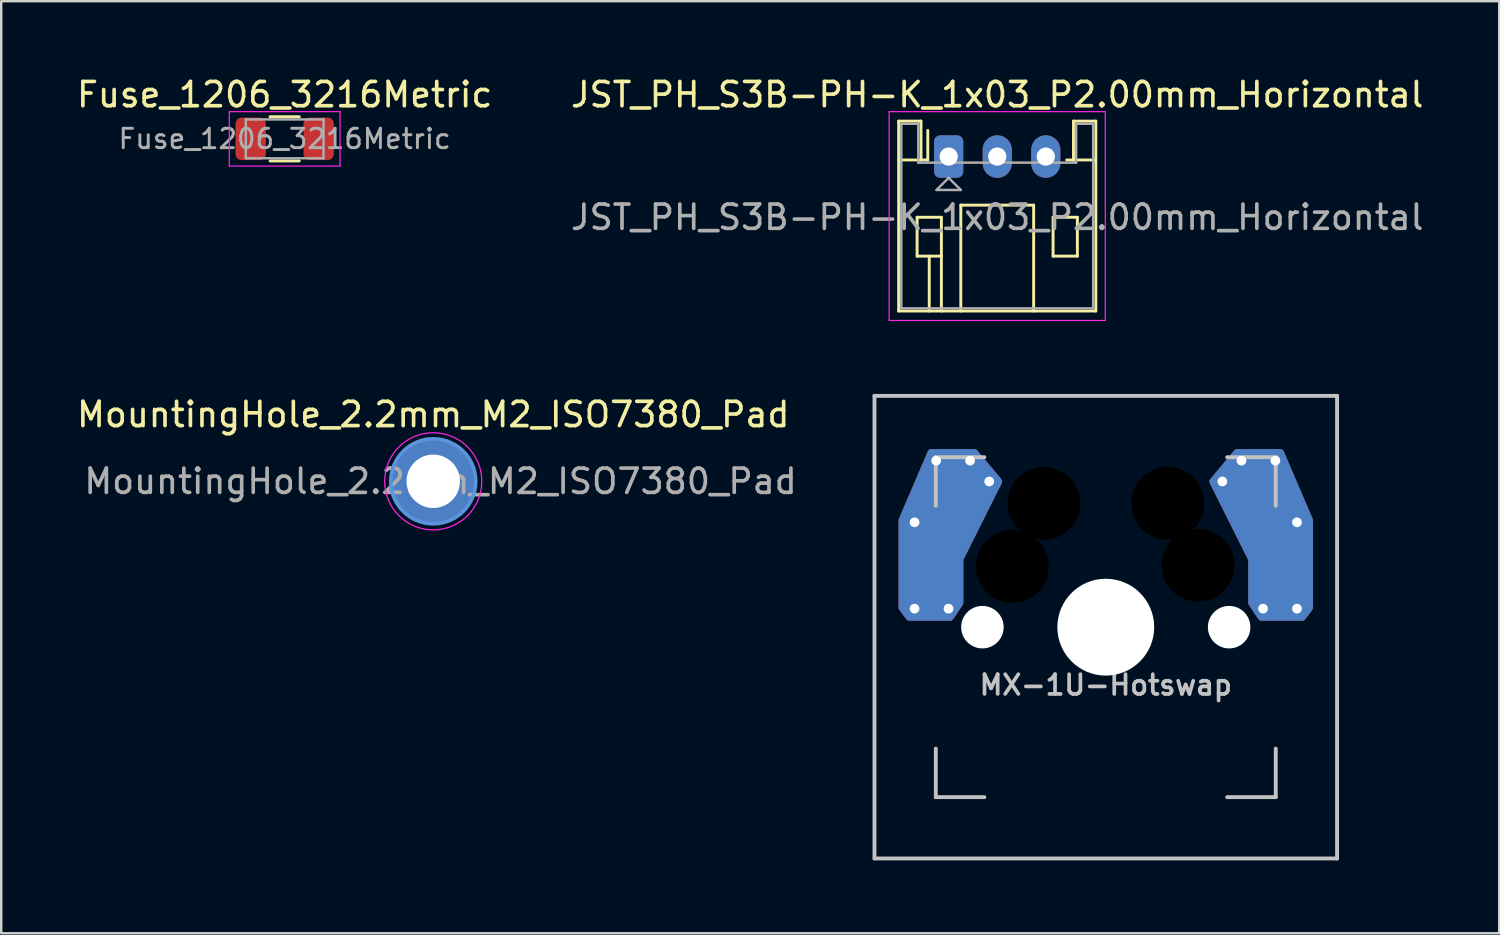
<source format=kicad_pcb>
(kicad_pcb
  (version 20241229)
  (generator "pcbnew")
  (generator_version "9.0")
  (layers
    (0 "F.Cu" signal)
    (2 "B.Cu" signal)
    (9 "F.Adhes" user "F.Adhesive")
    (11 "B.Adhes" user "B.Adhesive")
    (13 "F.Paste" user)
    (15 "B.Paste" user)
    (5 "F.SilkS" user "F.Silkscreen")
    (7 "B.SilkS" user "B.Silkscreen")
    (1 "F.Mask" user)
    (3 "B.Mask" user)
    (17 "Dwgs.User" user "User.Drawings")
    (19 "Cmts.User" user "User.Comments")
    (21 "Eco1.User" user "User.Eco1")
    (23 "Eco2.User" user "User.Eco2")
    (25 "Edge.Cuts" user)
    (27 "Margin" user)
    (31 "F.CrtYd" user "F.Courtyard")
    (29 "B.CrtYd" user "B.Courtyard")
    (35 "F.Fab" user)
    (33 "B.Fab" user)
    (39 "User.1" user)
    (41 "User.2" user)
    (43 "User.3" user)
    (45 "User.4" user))
  (footprint "MountingHole_2.2mm_M2_ISO7380_Pad"
    (layer "F.Cu")
    (at 14.792 16.771)
    (property "Reference" "MountingHole_2.2mm_M2_ISO7380_Pad" (at 0 -2.75 0) (layer "F.SilkS") (effects (font (size 1 1) (thickness 0.15))))
    (attr exclude_from_bom)
    (fp_circle (center 0 0) (end 1.75 0) (stroke (width 0.15) (type solid)) (fill no) (layer "Cmts.User"))
    (fp_circle (center 0 0) (end 2 0) (stroke (width 0.05) (type solid)) (fill no) (layer "F.CrtYd"))
    (fp_text user "${REFERENCE}" (at 0.3 0 0) (layer "F.Fab") (effects (font (size 1 1) (thickness 0.15))))
    (pad "1" thru_hole circle (at 0 0) (size 3.5 3.5) (drill 2.2) (layers "*.Cu" "*.Mask")))
  (footprint "MX-1U-Hotswap"
    (layer "F.Cu")
    (at 42.488 22.778)
    (property "Reference" "MX-1U-Hotswap" (at 0 2.381 0) (layer "Dwgs.User") (effects (font (size 0.813 0.813) (thickness 0.152))))
    (attr through_hole)
    (fp_line (start -9.525 -9.525) (end 9.525 -9.525) (stroke (width 0.16) (type solid)) (layer "Dwgs.User"))
    (fp_line (start -9.525 9.525) (end -9.525 -9.525) (stroke (width 0.16) (type solid)) (layer "Dwgs.User"))
    (fp_line (start -7 -7) (end -7 -5) (stroke (width 0.16) (type solid)) (layer "Dwgs.User"))
    (fp_line (start -7 5) (end -7 7) (stroke (width 0.16) (type solid)) (layer "Dwgs.User"))
    (fp_line (start -7 7) (end -5 7) (stroke (width 0.16) (type solid)) (layer "Dwgs.User"))
    (fp_line (start -5 -7) (end -7 -7) (stroke (width 0.16) (type solid)) (layer "Dwgs.User"))
    (fp_line (start 5 -7) (end 7 -7) (stroke (width 0.16) (type solid)) (layer "Dwgs.User"))
    (fp_line (start 5 7) (end 7 7) (stroke (width 0.16) (type solid)) (layer "Dwgs.User"))
    (fp_line (start 7 -7) (end 7 -5) (stroke (width 0.16) (type solid)) (layer "Dwgs.User"))
    (fp_line (start 7 7) (end 7 5) (stroke (width 0.16) (type solid)) (layer "Dwgs.User"))
    (fp_line (start 9.525 -9.525) (end 9.525 9.525) (stroke (width 0.16) (type solid)) (layer "Dwgs.User"))
    (fp_line (start 9.525 9.525) (end -9.525 9.525) (stroke (width 0.16) (type solid)) (layer "Dwgs.User"))
    (fp_line (start -1.191 -1.191) (end 1.191 1.191) (stroke (width 0.16) (type solid)) (layer "Cmts.User"))
    (fp_line (start -1.191 1.191) (end 1.191 -1.191) (stroke (width 0.16) (type solid)) (layer "Cmts.User"))
    (pad "" np_thru_hole circle (at -5.08 0 48) (size 1.75 1.75) (drill 1.75) (layers "*.Cu" "*.Mask"))
    (pad "" np_thru_hole circle (at -3.85 -2.5) (size 3 3) (drill 3) (layers "*.Mask"))
    (pad "" np_thru_hole circle (at -2.55 -5.1) (size 3 3) (drill 3) (layers "*.Mask"))
    (pad "" np_thru_hole circle (at 0 0) (size 3.988 3.988) (drill 3.988) (layers "*.Cu" "*.Mask"))
    (pad "" np_thru_hole circle (at 2.55 -5.1) (size 3 3) (drill 3) (layers "*.Mask"))
    (pad "" np_thru_hole circle (at 3.8 -2.55) (size 3 3) (drill 3) (layers "*.Mask"))
    (pad "" np_thru_hole circle (at 5.08 0 48) (size 1.75 1.75) (drill 1.75) (layers "*.Cu" "*.Mask"))
    (pad "1" thru_hole circle (at -7.874 -4.318) (size 0.8 0.8) (drill 0.4) (layers "*.Cu"))
    (pad "1" thru_hole circle (at -7.874 -0.762) (size 0.8 0.8) (drill 0.4) (layers "*.Cu"))
    (pad "1" smd custom (at -7.285 -2.54 180) (size 2.35 2.5) (layers "B.Cu") (options (anchor rect)) (primitives (gr_poly (pts (xy 1.115 -1.74) (xy 1.115 1.86) (xy -0.085 4.66) (xy -1.885 4.66) (xy -2.885 3.46) (xy -1.285 0.26) (xy -1.285 -1.54) (xy -0.885 -2.14) (xy 0.815 -2.14)) (width 0.27) (fill yes))))
    (pad "1" smd rect (at -7.2 -2.54 180) (size 2.35 2.5) (layers "B.Cu" "B.Mask" "B.Paste"))
    (pad "1" thru_hole circle (at -6.985 -6.858) (size 0.8 0.8) (drill 0.4) (layers "*.Cu"))
    (pad "1" smd custom (at -6.499 -5.067 180) (size 2.15 2.5) (layers "F.Cu") (options (anchor rect)) (primitives (gr_poly (pts (xy 1.901 -4.267) (xy 1.901 -0.667) (xy 0.701 2.133) (xy -1.099 2.133) (xy -2.099 0.933) (xy -0.499 -2.267) (xy -0.499 -4.067) (xy -0.099 -4.667) (xy 1.601 -4.667)) (width 0.27) (fill yes))))
    (pad "1" thru_hole circle (at -6.477 -0.762) (size 0.8 0.8) (drill 0.4) (layers "*.Cu"))
    (pad "1" smd rect (at -6.399 -5.067 180) (size 2.15 2.5) (layers "F.Cu" "F.Mask" "F.Paste"))
    (pad "1" thru_hole circle (at -5.588 -6.858) (size 0.8 0.8) (drill 0.4) (layers "*.Cu"))
    (pad "1" thru_hole circle (at -4.8 -6) (size 0.8 0.8) (drill 0.4) (layers "*.Cu"))
    (pad "2" thru_hole circle (at 4.8 -6) (size 0.8 0.8) (drill 0.4) (layers "*.Cu"))
    (pad "2" thru_hole circle (at 5.588 -6.858) (size 0.8 0.8) (drill 0.4) (layers "*.Cu"))
    (pad "2" smd rect (at 6.425 -5.067) (size 2.15 2.5) (layers "B.Cu" "B.Mask" "B.Paste"))
    (pad "2" smd custom (at 6.425 -5.067 180) (size 2.15 2.5) (layers "B.Cu") (options (anchor rect)) (primitives (gr_poly (pts (xy 0.425 -4.067) (xy 0.425 -2.267) (xy 2.025 0.933) (xy 1.025 2.133) (xy -0.775 2.133) (xy -1.975 -0.667) (xy -1.975 -4.267) (xy -1.675 -4.667) (xy 0.025 -4.667)) (width 0.27) (fill yes))))
    (pad "2" thru_hole circle (at 6.477 -0.762) (size 0.8 0.8) (drill 0.4) (layers "*.Cu"))
    (pad "2" thru_hole circle (at 6.985 -6.858) (size 0.8 0.8) (drill 0.4) (layers "*.Cu"))
    (pad "2" smd rect (at 7.212 -2.54) (size 2.35 2.5) (layers "F.Cu" "F.Mask" "F.Paste"))
    (pad "2" smd custom (at 7.212 -2.54 180) (size 2.35 2.5) (layers "F.Cu") (options (anchor rect)) (primitives (gr_poly (pts (xy 1.212 -1.54) (xy 1.212 0.26) (xy 2.812 3.46) (xy 1.812 4.66) (xy 0.012 4.66) (xy -1.188 1.86) (xy -1.188 -1.74) (xy -0.888 -2.14) (xy 0.812 -2.14)) (width 0.27) (fill yes))))
    (pad "2" thru_hole circle (at 7.874 -4.318) (size 0.8 0.8) (drill 0.4) (layers "*.Cu"))
    (pad "2" thru_hole circle (at 7.874 -0.762) (size 0.8 0.8) (drill 0.4) (layers "*.Cu")))
  (footprint "Fuse_1206_3216Metric"
    (layer "F.Cu")
    (at 8.673 2.668)
    (property "Reference" "Fuse_1206_3216Metric" (at 0 -1.82 0) (layer "F.SilkS") (effects (font (size 1 1) (thickness 0.15))))
    (attr smd)
    (fp_line (start -0.602 -0.91) (end 0.602 -0.91) (stroke (width 0.12) (type solid)) (layer "F.SilkS"))
    (fp_line (start -0.602 0.91) (end 0.602 0.91) (stroke (width 0.12) (type solid)) (layer "F.SilkS"))
    (fp_line (start -2.28 -1.12) (end 2.28 -1.12) (stroke (width 0.05) (type solid)) (layer "F.CrtYd"))
    (fp_line (start -2.28 1.12) (end -2.28 -1.12) (stroke (width 0.05) (type solid)) (layer "F.CrtYd"))
    (fp_line (start 2.28 -1.12) (end 2.28 1.12) (stroke (width 0.05) (type solid)) (layer "F.CrtYd"))
    (fp_line (start 2.28 1.12) (end -2.28 1.12) (stroke (width 0.05) (type solid)) (layer "F.CrtYd"))
    (fp_line (start -1.6 -0.8) (end 1.6 -0.8) (stroke (width 0.1) (type solid)) (layer "F.Fab"))
    (fp_line (start -1.6 0.8) (end -1.6 -0.8) (stroke (width 0.1) (type solid)) (layer "F.Fab"))
    (fp_line (start 1.6 -0.8) (end 1.6 0.8) (stroke (width 0.1) (type solid)) (layer "F.Fab"))
    (fp_line (start 1.6 0.8) (end -1.6 0.8) (stroke (width 0.1) (type solid)) (layer "F.Fab"))
    (fp_text user "${REFERENCE}" (at 0 0 0) (layer "F.Fab") (effects (font (size 0.8 0.8) (thickness 0.12))))
    (pad "1" smd roundrect (at -1.4 0) (size 1.25 1.75) (layers "F.Cu" "F.Mask" "F.Paste") (roundrect_rratio 0.2))
    (pad "2" smd roundrect (at 1.4 0) (size 1.25 1.75) (layers "F.Cu" "F.Mask" "F.Paste") (roundrect_rratio 0.2)))
  (footprint "JST_PH_S3B-PH-K_1x03_P2.00mm_Horizontal"
    (layer "F.Cu")
    (at 36.018 3.398)
    (property "Reference" "JST_PH_S3B-PH-K_1x03_P2.00mm_Horizontal" (at 2 -2.55 0) (layer "F.SilkS") (effects (font (size 1 1) (thickness 0.15))))
    (attr through_hole exclude_from_bom)
    (fp_line (start -2.06 -1.46) (end -2.06 6.36) (stroke (width 0.12) (type solid)) (layer "F.SilkS"))
    (fp_line (start -2.06 0.14) (end -1.14 0.14) (stroke (width 0.12) (type solid)) (layer "F.SilkS"))
    (fp_line (start -2.06 6.36) (end 6.06 6.36) (stroke (width 0.12) (type solid)) (layer "F.SilkS"))
    (fp_line (start -1.3 2.5) (end -1.3 4.1) (stroke (width 0.12) (type solid)) (layer "F.SilkS"))
    (fp_line (start -1.3 4.1) (end -0.3 4.1) (stroke (width 0.12) (type solid)) (layer "F.SilkS"))
    (fp_line (start -1.14 -1.46) (end -2.06 -1.46) (stroke (width 0.12) (type solid)) (layer "F.SilkS"))
    (fp_line (start -1.14 0.14) (end -1.14 -1.46) (stroke (width 0.12) (type solid)) (layer "F.SilkS"))
    (fp_line (start -0.86 0.14) (end -1.14 0.14) (stroke (width 0.12) (type solid)) (layer "F.SilkS"))
    (fp_line (start -0.86 0.14) (end -0.86 -1.075) (stroke (width 0.12) (type solid)) (layer "F.SilkS"))
    (fp_line (start -0.8 4.1) (end -0.8 6.36) (stroke (width 0.12) (type solid)) (layer "F.SilkS"))
    (fp_line (start -0.3 2.5) (end -1.3 2.5) (stroke (width 0.12) (type solid)) (layer "F.SilkS"))
    (fp_line (start -0.3 4.1) (end -0.3 2.5) (stroke (width 0.12) (type solid)) (layer "F.SilkS"))
    (fp_line (start -0.3 4.1) (end -0.3 6.36) (stroke (width 0.12) (type solid)) (layer "F.SilkS"))
    (fp_line (start 0.5 2) (end 3.5 2) (stroke (width 0.12) (type solid)) (layer "F.SilkS"))
    (fp_line (start 0.5 6.36) (end 0.5 2) (stroke (width 0.12) (type solid)) (layer "F.SilkS"))
    (fp_line (start 3.5 2) (end 3.5 6.36) (stroke (width 0.12) (type solid)) (layer "F.SilkS"))
    (fp_line (start 4.3 2.5) (end 5.3 2.5) (stroke (width 0.12) (type solid)) (layer "F.SilkS"))
    (fp_line (start 4.3 4.1) (end 4.3 2.5) (stroke (width 0.12) (type solid)) (layer "F.SilkS"))
    (fp_line (start 5.14 -1.46) (end 5.14 0.14) (stroke (width 0.12) (type solid)) (layer "F.SilkS"))
    (fp_line (start 5.14 0.14) (end 4.86 0.14) (stroke (width 0.12) (type solid)) (layer "F.SilkS"))
    (fp_line (start 5.3 2.5) (end 5.3 4.1) (stroke (width 0.12) (type solid)) (layer "F.SilkS"))
    (fp_line (start 5.3 4.1) (end 4.3 4.1) (stroke (width 0.12) (type solid)) (layer "F.SilkS"))
    (fp_line (start 6.06 -1.46) (end 5.14 -1.46) (stroke (width 0.12) (type solid)) (layer "F.SilkS"))
    (fp_line (start 6.06 0.14) (end 5.14 0.14) (stroke (width 0.12) (type solid)) (layer "F.SilkS"))
    (fp_line (start 6.06 6.36) (end 6.06 -1.46) (stroke (width 0.12) (type solid)) (layer "F.SilkS"))
    (fp_line (start -2.45 -1.85) (end -2.45 6.75) (stroke (width 0.05) (type solid)) (layer "F.CrtYd"))
    (fp_line (start -2.45 6.75) (end 6.45 6.75) (stroke (width 0.05) (type solid)) (layer "F.CrtYd"))
    (fp_line (start 6.45 -1.85) (end -2.45 -1.85) (stroke (width 0.05) (type solid)) (layer "F.CrtYd"))
    (fp_line (start 6.45 6.75) (end 6.45 -1.85) (stroke (width 0.05) (type solid)) (layer "F.CrtYd"))
    (fp_line (start -1.95 -1.35) (end -1.95 6.25) (stroke (width 0.1) (type solid)) (layer "F.Fab"))
    (fp_line (start -1.95 6.25) (end 5.95 6.25) (stroke (width 0.1) (type solid)) (layer "F.Fab"))
    (fp_line (start -1.25 -1.35) (end -1.95 -1.35) (stroke (width 0.1) (type solid)) (layer "F.Fab"))
    (fp_line (start -1.25 0.25) (end -1.25 -1.35) (stroke (width 0.1) (type solid)) (layer "F.Fab"))
    (fp_line (start -0.5 1.375) (end 0.5 1.375) (stroke (width 0.1) (type solid)) (layer "F.Fab"))
    (fp_line (start 0 0.875) (end -0.5 1.375) (stroke (width 0.1) (type solid)) (layer "F.Fab"))
    (fp_line (start 0.5 1.375) (end 0 0.875) (stroke (width 0.1) (type solid)) (layer "F.Fab"))
    (fp_line (start 5.25 -1.35) (end 5.25 0.25) (stroke (width 0.1) (type solid)) (layer "F.Fab"))
    (fp_line (start 5.25 0.25) (end -1.25 0.25) (stroke (width 0.1) (type solid)) (layer "F.Fab"))
    (fp_line (start 5.95 -1.35) (end 5.25 -1.35) (stroke (width 0.1) (type solid)) (layer "F.Fab"))
    (fp_line (start 5.95 6.25) (end 5.95 -1.35) (stroke (width 0.1) (type solid)) (layer "F.Fab"))
    (fp_text user "${REFERENCE}" (at 2 2.5 0) (layer "F.Fab") (effects (font (size 1 1) (thickness 0.15))))
    (pad "1" thru_hole roundrect (at 0 0) (size 1.2 1.75) (drill 0.75) (layers "*.Cu" "*.Mask") (roundrect_rratio 0.208))
    (pad "2" thru_hole oval (at 2 0) (size 1.2 1.75) (drill 0.75) (layers "*.Cu" "*.Mask"))
    (pad "3" thru_hole oval (at 4 0) (size 1.2 1.75) (drill 0.75) (layers "*.Cu" "*.Mask")))
  (gr_rect
    (start -3 -3)
    (end 58.69 35.383)
    (stroke (width 0.1) (type default))
    (fill no)
    (layer "Edge.Cuts")))
</source>
